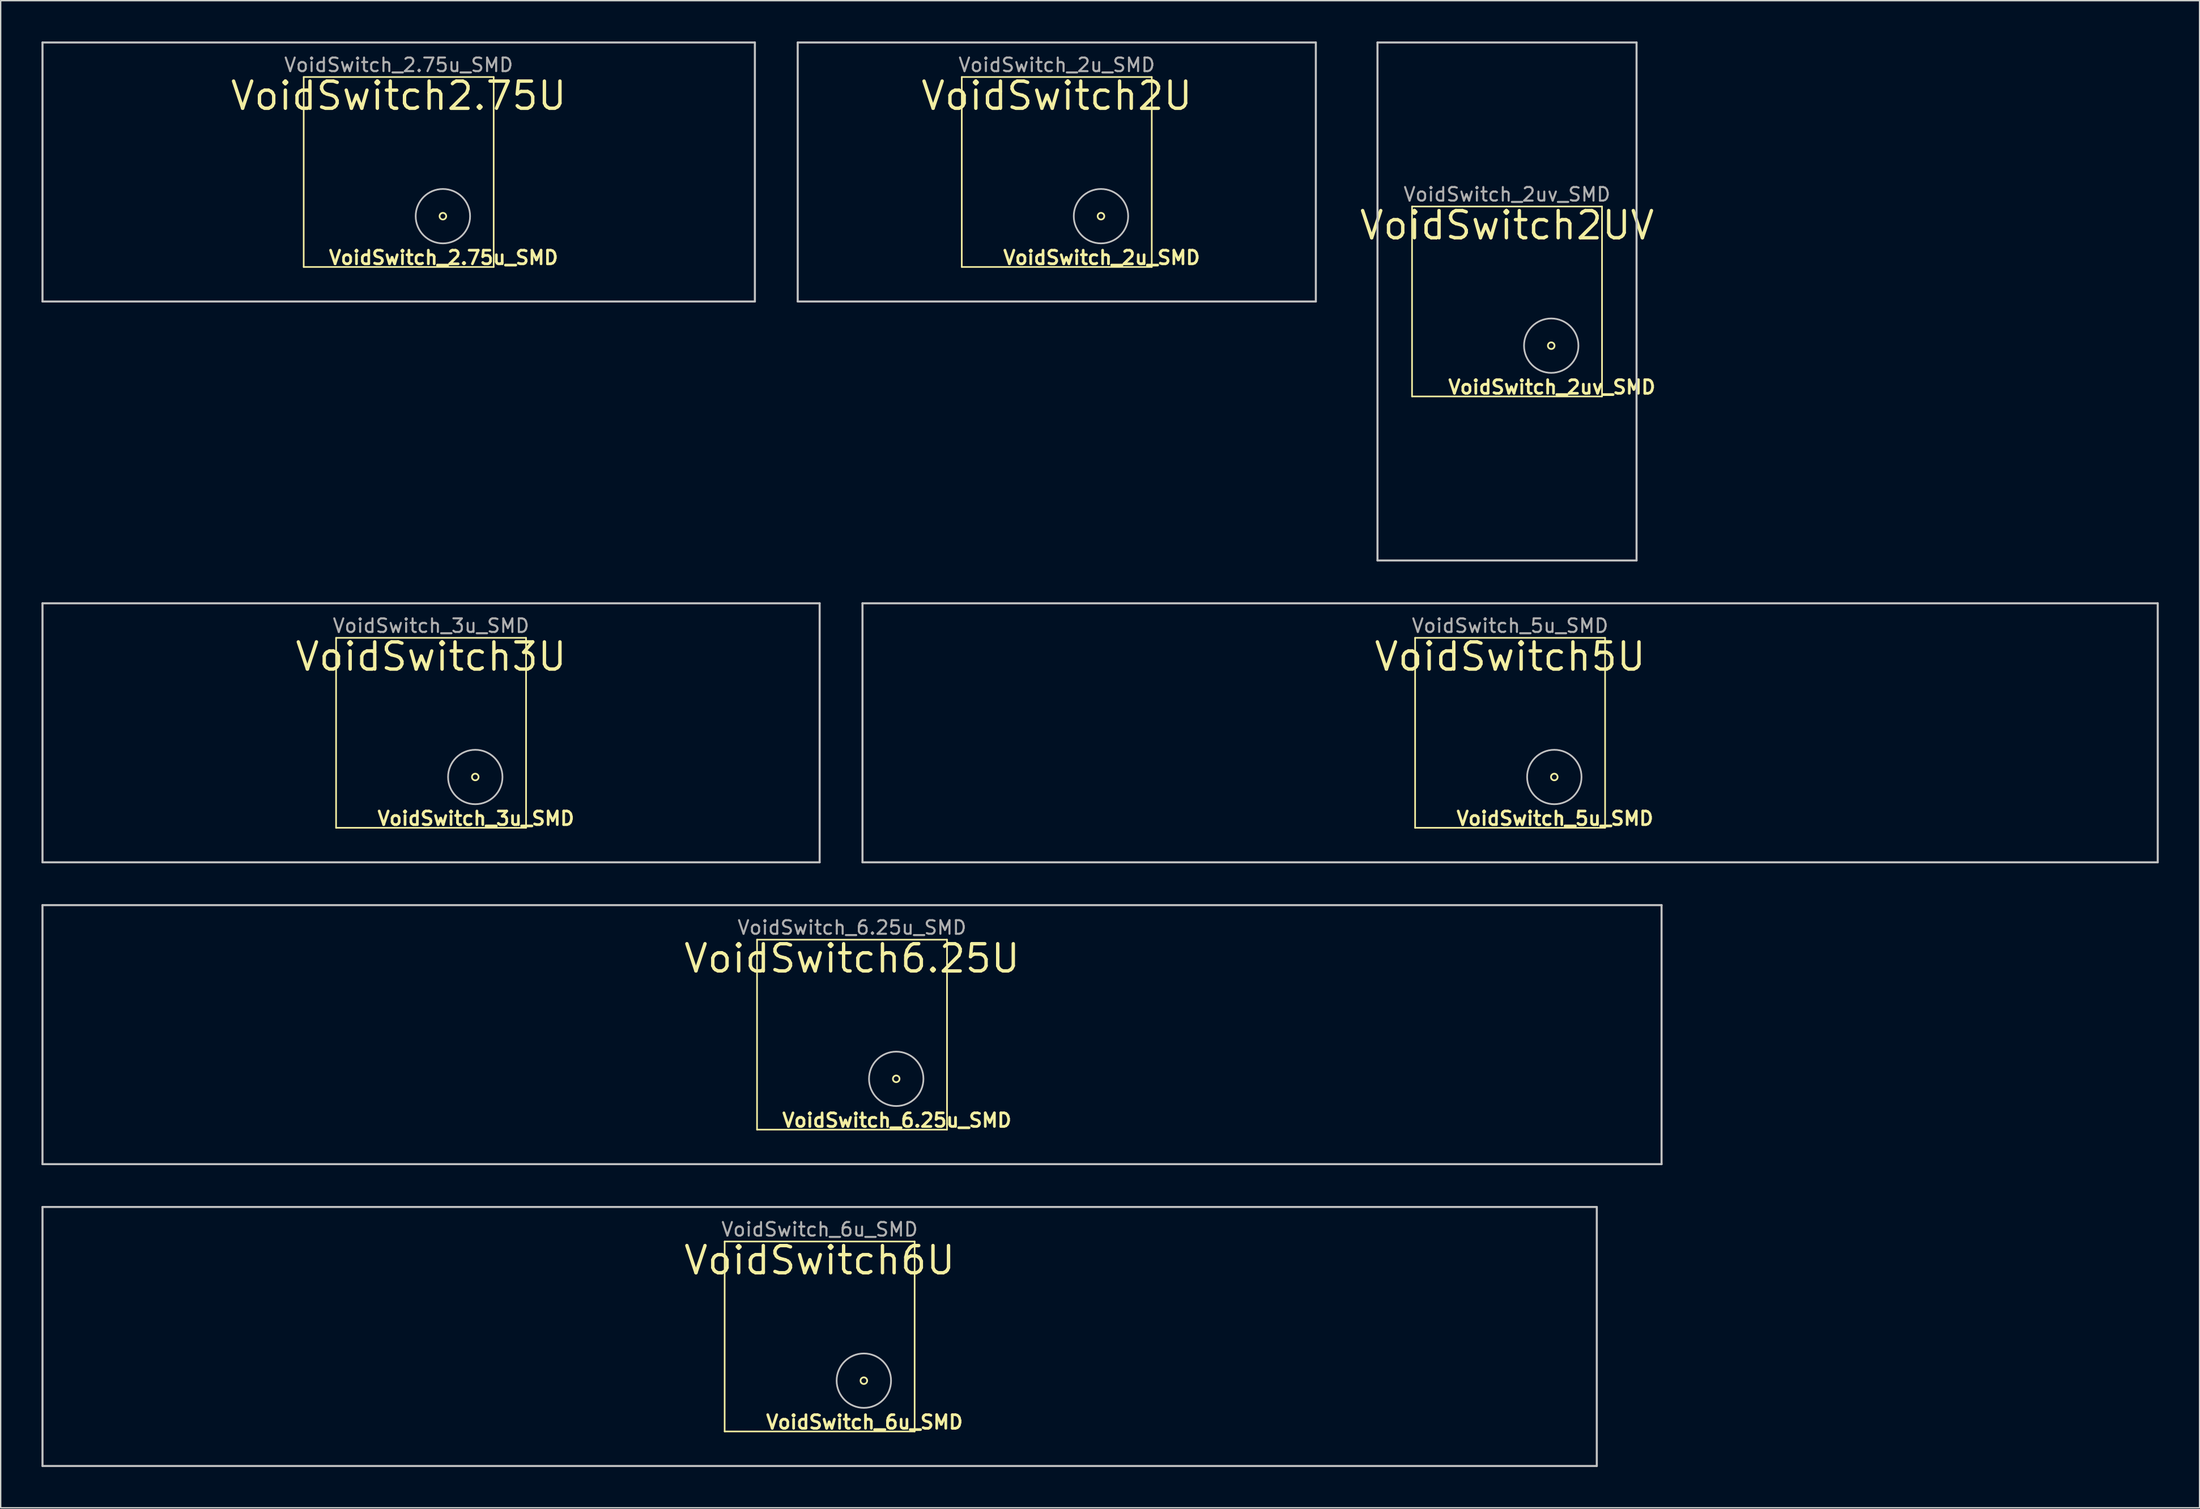
<source format=kicad_pcb>
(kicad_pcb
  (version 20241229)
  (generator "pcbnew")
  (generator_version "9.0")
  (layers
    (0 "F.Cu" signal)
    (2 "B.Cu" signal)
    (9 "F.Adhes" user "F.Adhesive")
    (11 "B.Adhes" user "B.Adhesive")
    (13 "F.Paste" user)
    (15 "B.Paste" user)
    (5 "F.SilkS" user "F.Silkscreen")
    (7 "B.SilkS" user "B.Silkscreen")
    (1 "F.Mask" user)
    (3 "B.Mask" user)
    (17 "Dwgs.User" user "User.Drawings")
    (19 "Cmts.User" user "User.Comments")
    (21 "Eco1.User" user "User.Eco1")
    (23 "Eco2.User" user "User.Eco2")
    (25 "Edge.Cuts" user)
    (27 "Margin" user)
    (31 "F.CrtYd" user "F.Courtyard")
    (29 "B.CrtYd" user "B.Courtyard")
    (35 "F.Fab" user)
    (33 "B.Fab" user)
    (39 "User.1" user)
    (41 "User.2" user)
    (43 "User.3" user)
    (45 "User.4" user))
  (footprint "VoidSwitch_6.25u_SMD"
    (layer "F.Cu")
    (at 59.602 73.048)
    (property "Reference" "VoidSwitch_6.25u_SMD" (at 3.3 6.3 0) (layer "F.SilkS") (effects (font (size 1 1) (thickness 0.2))))
    (property "Value" "VoidSwitch6.25U" (at 0 8.503 0) (layer "F.Fab") (hide yes) (effects (font (size 1 1) (thickness 0.15))))
    (attr smd exclude_from_bom)
    (fp_line (start -6.985 -6.985) (end 6.985 -6.985) (stroke (width 0.12) (type solid)) (layer "F.SilkS"))
    (fp_line (start -6.985 6.985) (end -6.985 -6.985) (stroke (width 0.12) (type solid)) (layer "F.SilkS"))
    (fp_line (start 6.985 -6.985) (end 6.985 6.985) (stroke (width 0.12) (type solid)) (layer "F.SilkS"))
    (fp_line (start 6.985 6.985) (end -6.985 6.985) (stroke (width 0.12) (type solid)) (layer "F.SilkS"))
    (fp_circle (center 3.25 3.25) (end 3.494 3.25) (stroke (width 0.125) (type solid)) (fill no) (layer "F.SilkS"))
    (fp_line (start -59.528 -9.526) (end 59.528 -9.526) (stroke (width 0.15) (type solid)) (layer "Dwgs.User"))
    (fp_line (start -59.528 9.524) (end -59.528 -9.526) (stroke (width 0.15) (type solid)) (layer "Dwgs.User"))
    (fp_line (start 59.528 -9.526) (end 59.528 9.524) (stroke (width 0.15) (type solid)) (layer "Dwgs.User"))
    (fp_line (start 59.528 9.524) (end -59.528 9.524) (stroke (width 0.15) (type solid)) (layer "Dwgs.User"))
    (fp_circle (center 3.25 3.25) (end 5.25 3.25) (stroke (width 0.125) (type solid)) (fill no) (layer "Dwgs.User"))
    (fp_text user "${VALUE}" (at 0 -5.6 0) (layer "F.SilkS") (effects (font (size 2 2) (thickness 0.25))))
    (fp_text user "${REFERENCE}" (at 0 -7.874 0) (layer "F.Fab") (effects (font (size 1 1) (thickness 0.15)))))
  (footprint "VoidSwitch_2uv_SMD"
    (layer "F.Cu")
    (at 107.766 19.124)
    (property "Reference" "VoidSwitch_2uv_SMD" (at 3.3 6.3 0) (layer "F.SilkS") (effects (font (size 1 1) (thickness 0.2))))
    (property "Value" "VoidSwitch2UV" (at 0 8.503 0) (layer "F.Fab") (hide yes) (effects (font (size 1 1) (thickness 0.15))))
    (attr smd exclude_from_bom)
    (fp_line (start -6.985 -6.985) (end 6.985 -6.985) (stroke (width 0.12) (type solid)) (layer "F.SilkS"))
    (fp_line (start -6.985 6.985) (end -6.985 -6.985) (stroke (width 0.12) (type solid)) (layer "F.SilkS"))
    (fp_line (start 6.985 -6.985) (end 6.985 6.985) (stroke (width 0.12) (type solid)) (layer "F.SilkS"))
    (fp_line (start 6.985 6.985) (end -6.985 6.985) (stroke (width 0.12) (type solid)) (layer "F.SilkS"))
    (fp_circle (center 3.25 3.25) (end 3.494 3.25) (stroke (width 0.125) (type solid)) (fill no) (layer "F.SilkS"))
    (fp_line (start -9.525 -19.049) (end 9.525 -19.049) (stroke (width 0.15) (type solid)) (layer "Dwgs.User"))
    (fp_line (start -9.525 19.049) (end -9.525 -19.049) (stroke (width 0.15) (type solid)) (layer "Dwgs.User"))
    (fp_line (start 9.525 -19.049) (end 9.525 19.049) (stroke (width 0.15) (type solid)) (layer "Dwgs.User"))
    (fp_line (start 9.525 19.049) (end -9.525 19.049) (stroke (width 0.15) (type solid)) (layer "Dwgs.User"))
    (fp_circle (center 3.25 3.25) (end 5.25 3.25) (stroke (width 0.125) (type solid)) (fill no) (layer "Dwgs.User"))
    (fp_text user "${VALUE}" (at 0 -5.6 0) (layer "F.SilkS") (effects (font (size 2 2) (thickness 0.25))))
    (fp_text user "${REFERENCE}" (at 0 -7.874 0) (layer "F.Fab") (effects (font (size 1 1) (thickness 0.15)))))
  (footprint "VoidSwitch_6u_SMD"
    (layer "F.Cu")
    (at 57.221 95.248)
    (property "Reference" "VoidSwitch_6u_SMD" (at 3.3 6.3 0) (layer "F.SilkS") (effects (font (size 1 1) (thickness 0.2))))
    (property "Value" "VoidSwitch6U" (at 0 8.503 0) (layer "F.Fab") (hide yes) (effects (font (size 1 1) (thickness 0.15))))
    (attr smd exclude_from_bom)
    (fp_line (start -6.985 -6.985) (end 6.985 -6.985) (stroke (width 0.12) (type solid)) (layer "F.SilkS"))
    (fp_line (start -6.985 6.985) (end -6.985 -6.985) (stroke (width 0.12) (type solid)) (layer "F.SilkS"))
    (fp_line (start 6.985 -6.985) (end 6.985 6.985) (stroke (width 0.12) (type solid)) (layer "F.SilkS"))
    (fp_line (start 6.985 6.985) (end -6.985 6.985) (stroke (width 0.12) (type solid)) (layer "F.SilkS"))
    (fp_circle (center 3.25 3.25) (end 3.494 3.25) (stroke (width 0.125) (type solid)) (fill no) (layer "F.SilkS"))
    (fp_line (start -57.146 -9.525) (end 57.146 -9.525) (stroke (width 0.15) (type solid)) (layer "Dwgs.User"))
    (fp_line (start -57.146 9.525) (end -57.146 -9.525) (stroke (width 0.15) (type solid)) (layer "Dwgs.User"))
    (fp_line (start 57.146 -9.525) (end 57.146 9.525) (stroke (width 0.15) (type solid)) (layer "Dwgs.User"))
    (fp_line (start 57.146 9.525) (end -57.146 9.525) (stroke (width 0.15) (type solid)) (layer "Dwgs.User"))
    (fp_circle (center 3.25 3.25) (end 5.25 3.25) (stroke (width 0.125) (type solid)) (fill no) (layer "Dwgs.User"))
    (fp_text user "${VALUE}" (at 0 -5.6 0) (layer "F.SilkS") (effects (font (size 2 2) (thickness 0.25))))
    (fp_text user "${REFERENCE}" (at 0 -7.874 0) (layer "F.Fab") (effects (font (size 1 1) (thickness 0.15)))))
  (footprint "VoidSwitch_3u_SMD"
    (layer "F.Cu")
    (at 28.648 50.848)
    (property "Reference" "VoidSwitch_3u_SMD" (at 3.3 6.3 0) (layer "F.SilkS") (effects (font (size 1 1) (thickness 0.2))))
    (property "Value" "VoidSwitch3U" (at 0 8.503 0) (layer "F.Fab") (hide yes) (effects (font (size 1 1) (thickness 0.15))))
    (attr smd exclude_from_bom)
    (fp_line (start -6.985 -6.985) (end 6.985 -6.985) (stroke (width 0.12) (type solid)) (layer "F.SilkS"))
    (fp_line (start -6.985 6.985) (end -6.985 -6.985) (stroke (width 0.12) (type solid)) (layer "F.SilkS"))
    (fp_line (start 6.985 -6.985) (end 6.985 6.985) (stroke (width 0.12) (type solid)) (layer "F.SilkS"))
    (fp_line (start 6.985 6.985) (end -6.985 6.985) (stroke (width 0.12) (type solid)) (layer "F.SilkS"))
    (fp_circle (center 3.25 3.25) (end 3.494 3.25) (stroke (width 0.125) (type solid)) (fill no) (layer "F.SilkS"))
    (fp_line (start -28.573 -9.525) (end 28.573 -9.525) (stroke (width 0.15) (type solid)) (layer "Dwgs.User"))
    (fp_line (start -28.573 9.525) (end -28.573 -9.525) (stroke (width 0.15) (type solid)) (layer "Dwgs.User"))
    (fp_line (start 28.573 -9.525) (end 28.573 9.525) (stroke (width 0.15) (type solid)) (layer "Dwgs.User"))
    (fp_line (start 28.573 9.525) (end -28.573 9.525) (stroke (width 0.15) (type solid)) (layer "Dwgs.User"))
    (fp_circle (center 3.25 3.25) (end 5.25 3.25) (stroke (width 0.125) (type solid)) (fill no) (layer "Dwgs.User"))
    (fp_text user "${VALUE}" (at 0 -5.6 0) (layer "F.SilkS") (effects (font (size 2 2) (thickness 0.25))))
    (fp_text user "${REFERENCE}" (at 0 -7.874 0) (layer "F.Fab") (effects (font (size 1 1) (thickness 0.15)))))
  (footprint "VoidSwitch_5u_SMD"
    (layer "F.Cu")
    (at 107.993 50.848)
    (property "Reference" "VoidSwitch_5u_SMD" (at 3.3 6.3 0) (layer "F.SilkS") (effects (font (size 1 1) (thickness 0.2))))
    (property "Value" "VoidSwitch5U" (at 0 8.503 0) (layer "F.Fab") (hide yes) (effects (font (size 1 1) (thickness 0.15))))
    (attr smd exclude_from_bom)
    (fp_line (start -6.985 -6.985) (end 6.985 -6.985) (stroke (width 0.12) (type solid)) (layer "F.SilkS"))
    (fp_line (start -6.985 6.985) (end -6.985 -6.985) (stroke (width 0.12) (type solid)) (layer "F.SilkS"))
    (fp_line (start 6.985 -6.985) (end 6.985 6.985) (stroke (width 0.12) (type solid)) (layer "F.SilkS"))
    (fp_line (start 6.985 6.985) (end -6.985 6.985) (stroke (width 0.12) (type solid)) (layer "F.SilkS"))
    (fp_circle (center 3.25 3.25) (end 3.494 3.25) (stroke (width 0.125) (type solid)) (fill no) (layer "F.SilkS"))
    (fp_line (start -47.622 -9.525) (end 47.622 -9.525) (stroke (width 0.15) (type solid)) (layer "Dwgs.User"))
    (fp_line (start -47.622 9.525) (end -47.622 -9.525) (stroke (width 0.15) (type solid)) (layer "Dwgs.User"))
    (fp_line (start 47.622 -9.525) (end 47.622 9.525) (stroke (width 0.15) (type solid)) (layer "Dwgs.User"))
    (fp_line (start 47.622 9.525) (end -47.622 9.525) (stroke (width 0.15) (type solid)) (layer "Dwgs.User"))
    (fp_circle (center 3.25 3.25) (end 5.25 3.25) (stroke (width 0.125) (type solid)) (fill no) (layer "Dwgs.User"))
    (fp_text user "${VALUE}" (at 0 -5.6 0) (layer "F.SilkS") (effects (font (size 2 2) (thickness 0.25))))
    (fp_text user "${REFERENCE}" (at 0 -7.874 0) (layer "F.Fab") (effects (font (size 1 1) (thickness 0.15)))))
  (footprint "VoidSwitch_2.75u_SMD"
    (layer "F.Cu")
    (at 26.267 9.6)
    (property "Reference" "VoidSwitch_2.75u_SMD" (at 3.3 6.3 0) (layer "F.SilkS") (effects (font (size 1 1) (thickness 0.2))))
    (property "Value" "VoidSwitch2.75U" (at 0 8.503 0) (layer "F.Fab") (hide yes) (effects (font (size 1 1) (thickness 0.15))))
    (attr smd exclude_from_bom)
    (fp_line (start -6.985 -6.985) (end 6.985 -6.985) (stroke (width 0.12) (type solid)) (layer "F.SilkS"))
    (fp_line (start -6.985 6.985) (end -6.985 -6.985) (stroke (width 0.12) (type solid)) (layer "F.SilkS"))
    (fp_line (start 6.985 -6.985) (end 6.985 6.985) (stroke (width 0.12) (type solid)) (layer "F.SilkS"))
    (fp_line (start 6.985 6.985) (end -6.985 6.985) (stroke (width 0.12) (type solid)) (layer "F.SilkS"))
    (fp_circle (center 3.25 3.25) (end 3.494 3.25) (stroke (width 0.125) (type solid)) (fill no) (layer "F.SilkS"))
    (fp_line (start -26.192 -9.525) (end 26.192 -9.525) (stroke (width 0.15) (type solid)) (layer "Dwgs.User"))
    (fp_line (start -26.192 9.525) (end -26.192 -9.525) (stroke (width 0.15) (type solid)) (layer "Dwgs.User"))
    (fp_line (start 26.192 -9.525) (end 26.192 9.525) (stroke (width 0.15) (type solid)) (layer "Dwgs.User"))
    (fp_line (start 26.192 9.525) (end -26.192 9.525) (stroke (width 0.15) (type solid)) (layer "Dwgs.User"))
    (fp_circle (center 3.25 3.25) (end 5.25 3.25) (stroke (width 0.125) (type solid)) (fill no) (layer "Dwgs.User"))
    (fp_text user "${VALUE}" (at 0 -5.6 0) (layer "F.SilkS") (effects (font (size 2 2) (thickness 0.25))))
    (fp_text user "${REFERENCE}" (at 0 -7.874 0) (layer "F.Fab") (effects (font (size 1 1) (thickness 0.15)))))
  (footprint "VoidSwitch_2u_SMD"
    (layer "F.Cu")
    (at 74.658 9.6)
    (property "Reference" "VoidSwitch_2u_SMD" (at 3.3 6.3 0) (layer "F.SilkS") (effects (font (size 1 1) (thickness 0.2))))
    (property "Value" "VoidSwitch2U" (at 0 8.503 0) (layer "F.Fab") (hide yes) (effects (font (size 1 1) (thickness 0.15))))
    (attr smd exclude_from_bom)
    (fp_line (start -6.985 -6.985) (end 6.985 -6.985) (stroke (width 0.12) (type solid)) (layer "F.SilkS"))
    (fp_line (start -6.985 6.985) (end -6.985 -6.985) (stroke (width 0.12) (type solid)) (layer "F.SilkS"))
    (fp_line (start 6.985 -6.985) (end 6.985 6.985) (stroke (width 0.12) (type solid)) (layer "F.SilkS"))
    (fp_line (start 6.985 6.985) (end -6.985 6.985) (stroke (width 0.12) (type solid)) (layer "F.SilkS"))
    (fp_circle (center 3.25 3.25) (end 3.494 3.25) (stroke (width 0.125) (type solid)) (fill no) (layer "F.SilkS"))
    (fp_line (start -19.049 -9.525) (end 19.049 -9.525) (stroke (width 0.15) (type solid)) (layer "Dwgs.User"))
    (fp_line (start -19.049 9.525) (end -19.049 -9.525) (stroke (width 0.15) (type solid)) (layer "Dwgs.User"))
    (fp_line (start 19.049 -9.525) (end 19.049 9.525) (stroke (width 0.15) (type solid)) (layer "Dwgs.User"))
    (fp_line (start 19.049 9.525) (end -19.049 9.525) (stroke (width 0.15) (type solid)) (layer "Dwgs.User"))
    (fp_circle (center 3.25 3.25) (end 5.25 3.25) (stroke (width 0.125) (type solid)) (fill no) (layer "Dwgs.User"))
    (fp_text user "${VALUE}" (at 0 -5.6 0) (layer "F.SilkS") (effects (font (size 2 2) (thickness 0.25))))
    (fp_text user "${REFERENCE}" (at 0 -7.874 0) (layer "F.Fab") (effects (font (size 1 1) (thickness 0.15)))))
  (gr_rect
    (start -3 -3)
    (end 158.69 107.848)
    (stroke (width 0.1) (type default))
    (fill no)
    (layer "Edge.Cuts")))
</source>
